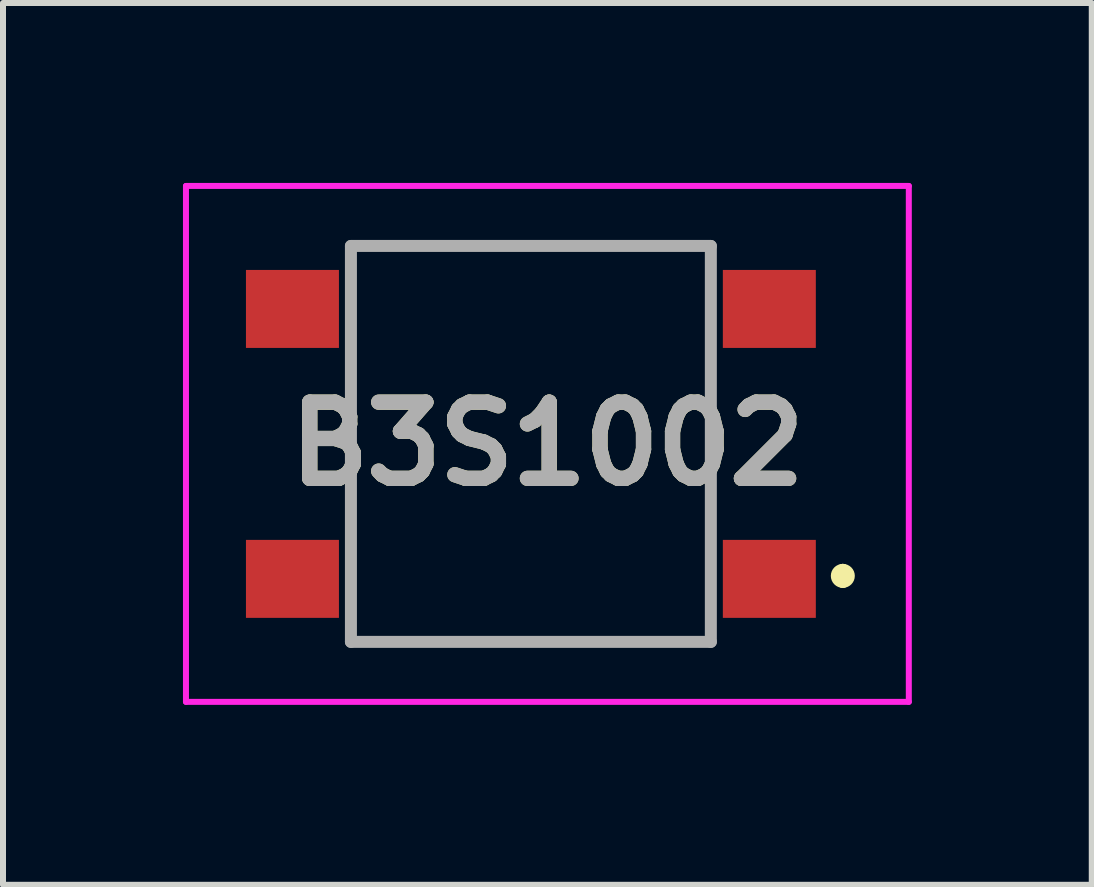
<source format=kicad_pcb>
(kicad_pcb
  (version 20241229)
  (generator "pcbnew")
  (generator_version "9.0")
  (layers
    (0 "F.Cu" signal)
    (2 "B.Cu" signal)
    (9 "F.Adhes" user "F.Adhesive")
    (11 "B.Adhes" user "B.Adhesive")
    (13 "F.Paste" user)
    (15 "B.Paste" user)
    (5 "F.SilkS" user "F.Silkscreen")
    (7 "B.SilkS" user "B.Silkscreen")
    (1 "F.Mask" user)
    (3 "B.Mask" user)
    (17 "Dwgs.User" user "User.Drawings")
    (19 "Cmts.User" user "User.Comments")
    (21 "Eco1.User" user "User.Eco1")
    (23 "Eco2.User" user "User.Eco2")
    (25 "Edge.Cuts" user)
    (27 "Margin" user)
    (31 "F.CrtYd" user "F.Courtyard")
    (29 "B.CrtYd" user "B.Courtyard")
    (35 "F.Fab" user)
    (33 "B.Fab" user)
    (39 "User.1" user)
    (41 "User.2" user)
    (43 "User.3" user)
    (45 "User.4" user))
  (footprint "B3S1002"
    (layer "F.Cu")
    (at 5.8 4.35)
    (property "Reference" "B3S1002" (at 0.275 0 0) (layer "F.SilkS") (effects (font (size 1.27 1.27) (thickness 0.254))))
    (attr smd)
    (fp_line (start -3 -3.3) (end 3 -3.3) (stroke (width 0.1) (type solid)) (layer "F.SilkS"))
    (fp_line (start -3 3.3) (end -3 -3.3) (stroke (width 0.1) (type solid)) (layer "F.SilkS"))
    (fp_line (start 3 -3.3) (end 3 3.3) (stroke (width 0.1) (type solid)) (layer "F.SilkS"))
    (fp_line (start 3 3.3) (end -3 3.3) (stroke (width 0.1) (type solid)) (layer "F.SilkS"))
    (fp_line (start 5.2 2.1) (end 5.2 2.1) (stroke (width 0.2) (type solid)) (layer "F.SilkS"))
    (fp_line (start 5.2 2.3) (end 5.2 2.3) (stroke (width 0.2) (type solid)) (layer "F.SilkS"))
    (fp_arc (start 5.2 2.1) (mid 5.3 2.2) (end 5.2 2.3) (stroke (width 0.2) (type solid)) (layer "F.SilkS"))
    (fp_arc (start 5.2 2.3) (mid 5.1 2.2) (end 5.2 2.1) (stroke (width 0.2) (type solid)) (layer "F.SilkS"))
    (fp_line (start -5.75 -4.3) (end 6.3 -4.3) (stroke (width 0.1) (type solid)) (layer "F.CrtYd"))
    (fp_line (start -5.75 4.3) (end -5.75 -4.3) (stroke (width 0.1) (type solid)) (layer "F.CrtYd"))
    (fp_line (start 6.3 -4.3) (end 6.3 4.3) (stroke (width 0.1) (type solid)) (layer "F.CrtYd"))
    (fp_line (start 6.3 4.3) (end -5.75 4.3) (stroke (width 0.1) (type solid)) (layer "F.CrtYd"))
    (fp_line (start -3 -3.3) (end 3 -3.3) (stroke (width 0.2) (type solid)) (layer "F.Fab"))
    (fp_line (start -3 3.3) (end -3 -3.3) (stroke (width 0.2) (type solid)) (layer "F.Fab"))
    (fp_line (start 3 -3.3) (end 3 3.3) (stroke (width 0.2) (type solid)) (layer "F.Fab"))
    (fp_line (start 3 3.3) (end -3 3.3) (stroke (width 0.2) (type solid)) (layer "F.Fab"))
    (fp_text user "${REFERENCE}" (at 0.275 0 0) (layer "F.Fab") (effects (font (size 1.27 1.27) (thickness 0.254))))
    (pad "1" smd rect (at 3.975 2.25 90) (size 1.3 1.55) (layers "F.Cu" "F.Mask" "F.Paste"))
    (pad "2" smd rect (at -3.975 2.25 90) (size 1.3 1.55) (layers "F.Cu" "F.Mask" "F.Paste"))
    (pad "3" smd rect (at 3.975 -2.25 90) (size 1.3 1.55) (layers "F.Cu" "F.Mask" "F.Paste"))
    (pad "4" smd rect (at -3.975 -2.25 90) (size 1.3 1.55) (layers "F.Cu" "F.Mask" "F.Paste")))
  (gr_rect
    (start -3 -3)
    (end 15.15 11.7)
    (stroke (width 0.1) (type default))
    (fill no)
    (layer "Edge.Cuts")))
</source>
